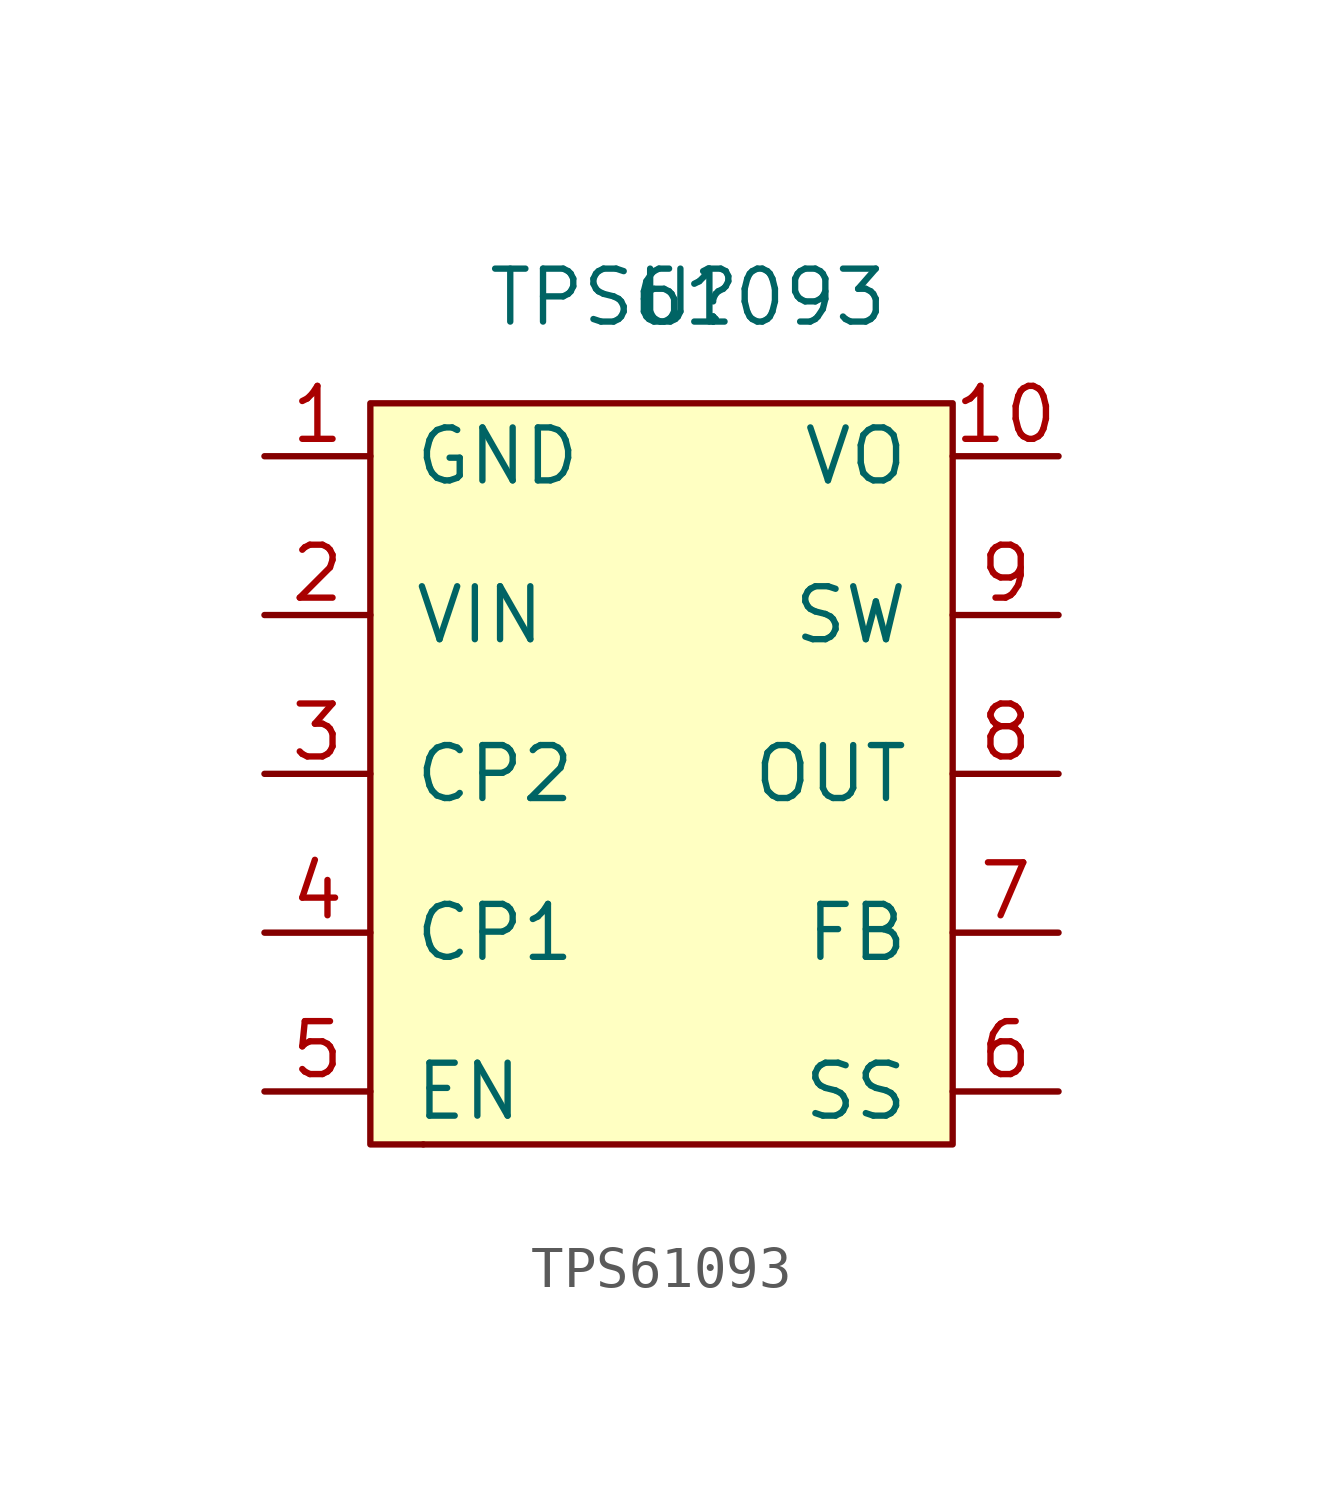
<source format=kicad_sym>
(kicad_symbol_lib
  (version 20211014)
  (generator kicad_symbol_editor)
  (symbol "TPS61093"
    (pin_names
      (offset 1.016))
    (property "Reference" "U"
      (at 0 3.81 0)
      (effects (font (size 1.27 1.27))))
    (property "Value" "TPS61093"
      (at 0 3.81 0)
      (effects (font (size 1.27 1.27))))
    (symbol "TPS61093_0_1"
      (rectangle (start -7.62 1.27) (end 6.35 -16.51) (stroke (width 0) (type default) (color 0 0 0 0)) (fill (type background)))
      (rectangle (start -6.35 -16.51) (end -6.35 -16.51) (stroke (width 0) (type default) (color 0 0 0 0)) (fill (type none))))
    (symbol "TPS61093_1_1"
      (pin unspecified line (at -10.16 0 0) (length 2.54) (name "GND" (effects (font (size 1.27 1.27)))) (number "1" (effects (font (size 1.27 1.27)))))
      (pin output line (at 8.89 0 180) (length 2.54) (name "VO" (effects (font (size 1.27 1.27)))) (number "10" (effects (font (size 1.27 1.27)))))
      (pin input line (at -10.16 -3.81 0) (length 2.54) (name "VIN" (effects (font (size 1.27 1.27)))) (number "2" (effects (font (size 1.27 1.27)))))
      (pin unspecified line (at -10.16 -7.62 0) (length 2.54) (name "CP2" (effects (font (size 1.27 1.27)))) (number "3" (effects (font (size 1.27 1.27)))))
      (pin unspecified line (at -10.16 -11.43 0) (length 2.54) (name "CP1" (effects (font (size 1.27 1.27)))) (number "4" (effects (font (size 1.27 1.27)))))
      (pin input line (at -10.16 -15.24 0) (length 2.54) (name "EN" (effects (font (size 1.27 1.27)))) (number "5" (effects (font (size 1.27 1.27)))))
      (pin input line (at 8.89 -15.24 180) (length 2.54) (name "SS" (effects (font (size 1.27 1.27)))) (number "6" (effects (font (size 1.27 1.27)))))
      (pin input line (at 8.89 -11.43 180) (length 2.54) (name "FB" (effects (font (size 1.27 1.27)))) (number "7" (effects (font (size 1.27 1.27)))))
      (pin output line (at 8.89 -7.62 180) (length 2.54) (name "OUT" (effects (font (size 1.27 1.27)))) (number "8" (effects (font (size 1.27 1.27)))))
      (pin input line (at 8.89 -3.81 180) (length 2.54) (name "SW" (effects (font (size 1.27 1.27)))) (number "9" (effects (font (size 1.27 1.27))))))))
</source>
